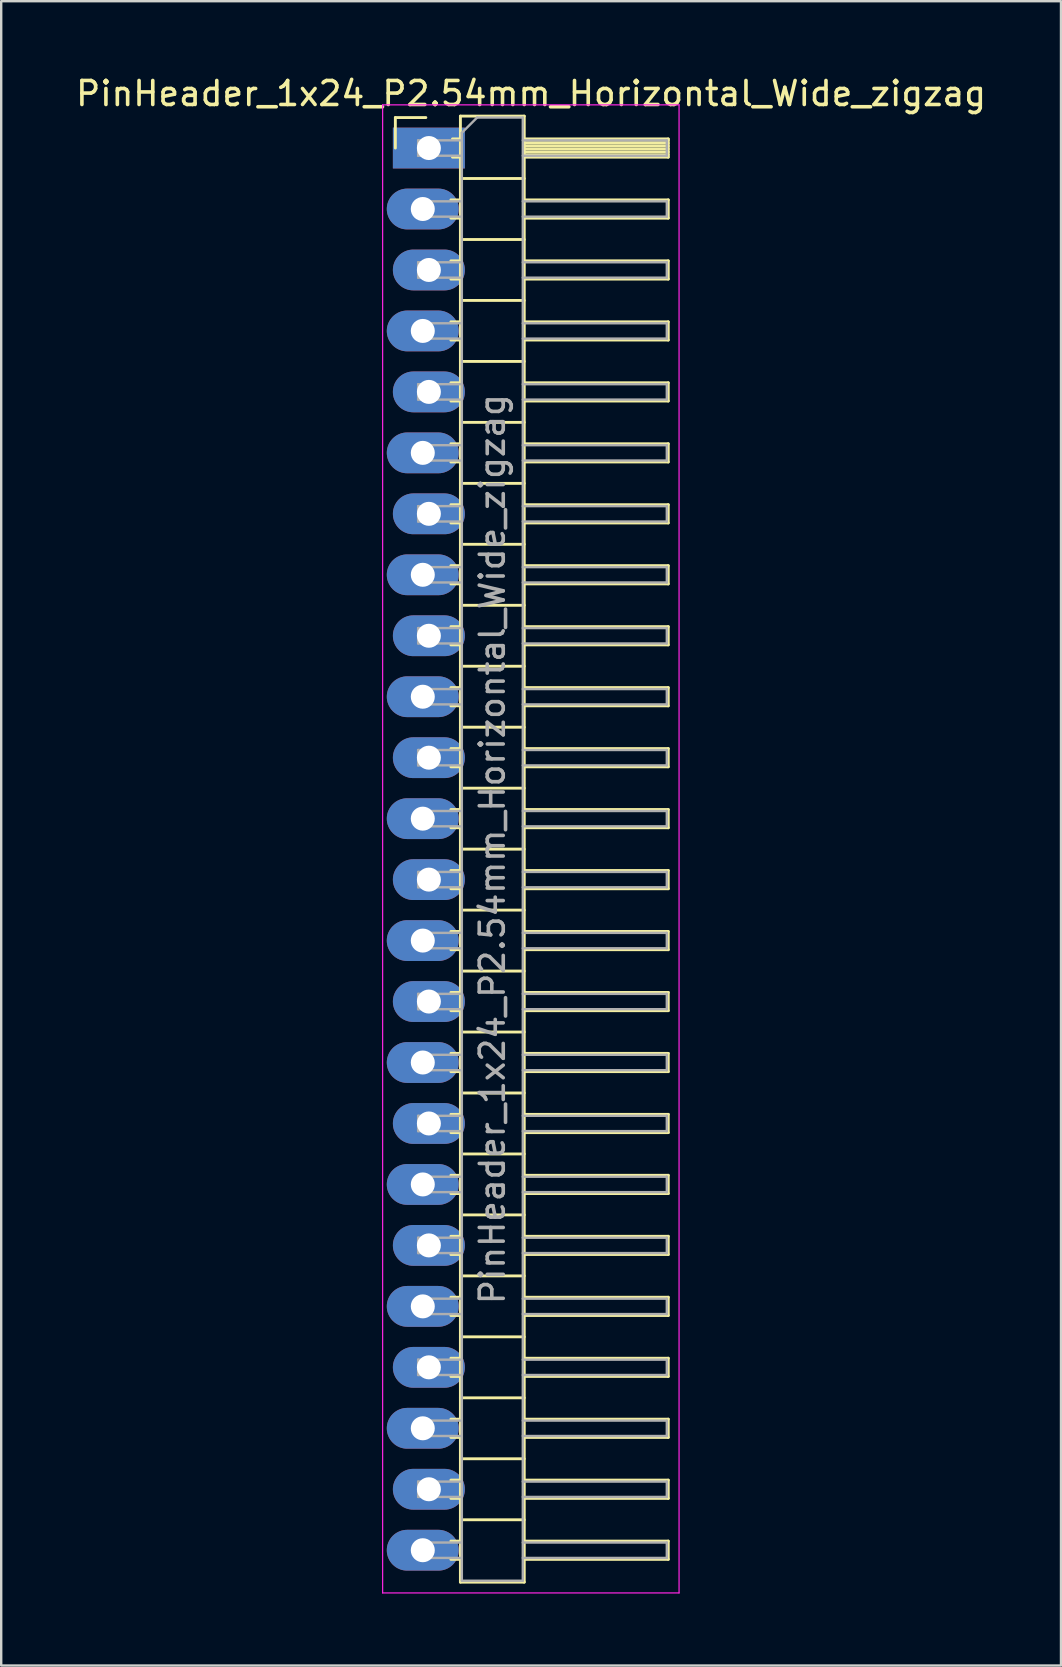
<source format=kicad_pcb>
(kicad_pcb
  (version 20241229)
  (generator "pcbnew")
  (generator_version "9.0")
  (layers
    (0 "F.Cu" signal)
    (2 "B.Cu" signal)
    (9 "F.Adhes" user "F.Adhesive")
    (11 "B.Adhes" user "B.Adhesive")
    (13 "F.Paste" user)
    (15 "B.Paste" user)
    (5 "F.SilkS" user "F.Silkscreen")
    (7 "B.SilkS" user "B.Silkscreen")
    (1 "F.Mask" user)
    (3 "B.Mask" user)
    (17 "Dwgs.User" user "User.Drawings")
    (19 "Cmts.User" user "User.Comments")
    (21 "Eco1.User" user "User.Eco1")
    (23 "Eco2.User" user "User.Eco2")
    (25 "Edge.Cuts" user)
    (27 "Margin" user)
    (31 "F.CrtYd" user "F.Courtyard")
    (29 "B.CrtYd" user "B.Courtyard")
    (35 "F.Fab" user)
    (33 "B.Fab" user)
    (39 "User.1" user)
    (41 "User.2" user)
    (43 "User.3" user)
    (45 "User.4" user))
  (footprint "PinHeader_1x24_P2.54mm_Horizontal_Wide_zigzag"
    (layer "F.Cu")
    (at 14.692 3.118)
    (property "Reference" "PinHeader_1x24_P2.54mm_Horizontal_Wide_zigzag" (at 4.385 -2.27 0) (layer "F.SilkS") (effects (font (size 1 1) (thickness 0.15))))
    (attr through_hole)
    (fp_line (start -1.27 -1.27) (end 0 -1.27) (stroke (width 0.12) (type solid)) (layer "F.SilkS"))
    (fp_line (start -1.27 0) (end -1.27 -1.27) (stroke (width 0.12) (type solid)) (layer "F.SilkS"))
    (fp_line (start 1.043 2.16) (end 1.44 2.16) (stroke (width 0.12) (type solid)) (layer "F.SilkS"))
    (fp_line (start 1.043 2.92) (end 1.44 2.92) (stroke (width 0.12) (type solid)) (layer "F.SilkS"))
    (fp_line (start 1.043 4.7) (end 1.44 4.7) (stroke (width 0.12) (type solid)) (layer "F.SilkS"))
    (fp_line (start 1.043 5.46) (end 1.44 5.46) (stroke (width 0.12) (type solid)) (layer "F.SilkS"))
    (fp_line (start 1.043 7.24) (end 1.44 7.24) (stroke (width 0.12) (type solid)) (layer "F.SilkS"))
    (fp_line (start 1.043 8) (end 1.44 8) (stroke (width 0.12) (type solid)) (layer "F.SilkS"))
    (fp_line (start 1.043 9.78) (end 1.44 9.78) (stroke (width 0.12) (type solid)) (layer "F.SilkS"))
    (fp_line (start 1.043 10.54) (end 1.44 10.54) (stroke (width 0.12) (type solid)) (layer "F.SilkS"))
    (fp_line (start 1.043 12.32) (end 1.44 12.32) (stroke (width 0.12) (type solid)) (layer "F.SilkS"))
    (fp_line (start 1.043 13.08) (end 1.44 13.08) (stroke (width 0.12) (type solid)) (layer "F.SilkS"))
    (fp_line (start 1.043 14.86) (end 1.44 14.86) (stroke (width 0.12) (type solid)) (layer "F.SilkS"))
    (fp_line (start 1.043 15.62) (end 1.44 15.62) (stroke (width 0.12) (type solid)) (layer "F.SilkS"))
    (fp_line (start 1.043 17.4) (end 1.44 17.4) (stroke (width 0.12) (type solid)) (layer "F.SilkS"))
    (fp_line (start 1.043 18.16) (end 1.44 18.16) (stroke (width 0.12) (type solid)) (layer "F.SilkS"))
    (fp_line (start 1.043 19.94) (end 1.44 19.94) (stroke (width 0.12) (type solid)) (layer "F.SilkS"))
    (fp_line (start 1.043 20.7) (end 1.44 20.7) (stroke (width 0.12) (type solid)) (layer "F.SilkS"))
    (fp_line (start 1.043 22.48) (end 1.44 22.48) (stroke (width 0.12) (type solid)) (layer "F.SilkS"))
    (fp_line (start 1.043 23.24) (end 1.44 23.24) (stroke (width 0.12) (type solid)) (layer "F.SilkS"))
    (fp_line (start 1.043 25.02) (end 1.44 25.02) (stroke (width 0.12) (type solid)) (layer "F.SilkS"))
    (fp_line (start 1.043 25.78) (end 1.44 25.78) (stroke (width 0.12) (type solid)) (layer "F.SilkS"))
    (fp_line (start 1.043 27.56) (end 1.44 27.56) (stroke (width 0.12) (type solid)) (layer "F.SilkS"))
    (fp_line (start 1.043 28.32) (end 1.44 28.32) (stroke (width 0.12) (type solid)) (layer "F.SilkS"))
    (fp_line (start 1.043 30.1) (end 1.44 30.1) (stroke (width 0.12) (type solid)) (layer "F.SilkS"))
    (fp_line (start 1.043 30.86) (end 1.44 30.86) (stroke (width 0.12) (type solid)) (layer "F.SilkS"))
    (fp_line (start 1.043 32.64) (end 1.44 32.64) (stroke (width 0.12) (type solid)) (layer "F.SilkS"))
    (fp_line (start 1.043 33.4) (end 1.44 33.4) (stroke (width 0.12) (type solid)) (layer "F.SilkS"))
    (fp_line (start 1.043 35.18) (end 1.44 35.18) (stroke (width 0.12) (type solid)) (layer "F.SilkS"))
    (fp_line (start 1.043 35.94) (end 1.44 35.94) (stroke (width 0.12) (type solid)) (layer "F.SilkS"))
    (fp_line (start 1.043 37.72) (end 1.44 37.72) (stroke (width 0.12) (type solid)) (layer "F.SilkS"))
    (fp_line (start 1.043 38.48) (end 1.44 38.48) (stroke (width 0.12) (type solid)) (layer "F.SilkS"))
    (fp_line (start 1.043 40.26) (end 1.44 40.26) (stroke (width 0.12) (type solid)) (layer "F.SilkS"))
    (fp_line (start 1.043 41.02) (end 1.44 41.02) (stroke (width 0.12) (type solid)) (layer "F.SilkS"))
    (fp_line (start 1.043 42.8) (end 1.44 42.8) (stroke (width 0.12) (type solid)) (layer "F.SilkS"))
    (fp_line (start 1.043 43.56) (end 1.44 43.56) (stroke (width 0.12) (type solid)) (layer "F.SilkS"))
    (fp_line (start 1.043 45.34) (end 1.44 45.34) (stroke (width 0.12) (type solid)) (layer "F.SilkS"))
    (fp_line (start 1.043 46.1) (end 1.44 46.1) (stroke (width 0.12) (type solid)) (layer "F.SilkS"))
    (fp_line (start 1.043 47.88) (end 1.44 47.88) (stroke (width 0.12) (type solid)) (layer "F.SilkS"))
    (fp_line (start 1.043 48.64) (end 1.44 48.64) (stroke (width 0.12) (type solid)) (layer "F.SilkS"))
    (fp_line (start 1.043 50.42) (end 1.44 50.42) (stroke (width 0.12) (type solid)) (layer "F.SilkS"))
    (fp_line (start 1.043 51.18) (end 1.44 51.18) (stroke (width 0.12) (type solid)) (layer "F.SilkS"))
    (fp_line (start 1.043 52.96) (end 1.44 52.96) (stroke (width 0.12) (type solid)) (layer "F.SilkS"))
    (fp_line (start 1.043 53.72) (end 1.44 53.72) (stroke (width 0.12) (type solid)) (layer "F.SilkS"))
    (fp_line (start 1.043 55.5) (end 1.44 55.5) (stroke (width 0.12) (type solid)) (layer "F.SilkS"))
    (fp_line (start 1.043 56.26) (end 1.44 56.26) (stroke (width 0.12) (type solid)) (layer "F.SilkS"))
    (fp_line (start 1.043 58.04) (end 1.44 58.04) (stroke (width 0.12) (type solid)) (layer "F.SilkS"))
    (fp_line (start 1.043 58.8) (end 1.44 58.8) (stroke (width 0.12) (type solid)) (layer "F.SilkS"))
    (fp_line (start 1.11 -0.38) (end 1.44 -0.38) (stroke (width 0.12) (type solid)) (layer "F.SilkS"))
    (fp_line (start 1.11 0.38) (end 1.44 0.38) (stroke (width 0.12) (type solid)) (layer "F.SilkS"))
    (fp_line (start 1.44 -1.33) (end 1.44 59.75) (stroke (width 0.12) (type solid)) (layer "F.SilkS"))
    (fp_line (start 1.44 1.27) (end 4.1 1.27) (stroke (width 0.12) (type solid)) (layer "F.SilkS"))
    (fp_line (start 1.44 3.81) (end 4.1 3.81) (stroke (width 0.12) (type solid)) (layer "F.SilkS"))
    (fp_line (start 1.44 6.35) (end 4.1 6.35) (stroke (width 0.12) (type solid)) (layer "F.SilkS"))
    (fp_line (start 1.44 8.89) (end 4.1 8.89) (stroke (width 0.12) (type solid)) (layer "F.SilkS"))
    (fp_line (start 1.44 11.43) (end 4.1 11.43) (stroke (width 0.12) (type solid)) (layer "F.SilkS"))
    (fp_line (start 1.44 13.97) (end 4.1 13.97) (stroke (width 0.12) (type solid)) (layer "F.SilkS"))
    (fp_line (start 1.44 16.51) (end 4.1 16.51) (stroke (width 0.12) (type solid)) (layer "F.SilkS"))
    (fp_line (start 1.44 19.05) (end 4.1 19.05) (stroke (width 0.12) (type solid)) (layer "F.SilkS"))
    (fp_line (start 1.44 21.59) (end 4.1 21.59) (stroke (width 0.12) (type solid)) (layer "F.SilkS"))
    (fp_line (start 1.44 24.13) (end 4.1 24.13) (stroke (width 0.12) (type solid)) (layer "F.SilkS"))
    (fp_line (start 1.44 26.67) (end 4.1 26.67) (stroke (width 0.12) (type solid)) (layer "F.SilkS"))
    (fp_line (start 1.44 29.21) (end 4.1 29.21) (stroke (width 0.12) (type solid)) (layer "F.SilkS"))
    (fp_line (start 1.44 31.75) (end 4.1 31.75) (stroke (width 0.12) (type solid)) (layer "F.SilkS"))
    (fp_line (start 1.44 34.29) (end 4.1 34.29) (stroke (width 0.12) (type solid)) (layer "F.SilkS"))
    (fp_line (start 1.44 36.83) (end 4.1 36.83) (stroke (width 0.12) (type solid)) (layer "F.SilkS"))
    (fp_line (start 1.44 39.37) (end 4.1 39.37) (stroke (width 0.12) (type solid)) (layer "F.SilkS"))
    (fp_line (start 1.44 41.91) (end 4.1 41.91) (stroke (width 0.12) (type solid)) (layer "F.SilkS"))
    (fp_line (start 1.44 44.45) (end 4.1 44.45) (stroke (width 0.12) (type solid)) (layer "F.SilkS"))
    (fp_line (start 1.44 46.99) (end 4.1 46.99) (stroke (width 0.12) (type solid)) (layer "F.SilkS"))
    (fp_line (start 1.44 49.53) (end 4.1 49.53) (stroke (width 0.12) (type solid)) (layer "F.SilkS"))
    (fp_line (start 1.44 52.07) (end 4.1 52.07) (stroke (width 0.12) (type solid)) (layer "F.SilkS"))
    (fp_line (start 1.44 54.61) (end 4.1 54.61) (stroke (width 0.12) (type solid)) (layer "F.SilkS"))
    (fp_line (start 1.44 57.15) (end 4.1 57.15) (stroke (width 0.12) (type solid)) (layer "F.SilkS"))
    (fp_line (start 1.44 59.75) (end 4.1 59.75) (stroke (width 0.12) (type solid)) (layer "F.SilkS"))
    (fp_line (start 4.1 -1.33) (end 1.44 -1.33) (stroke (width 0.12) (type solid)) (layer "F.SilkS"))
    (fp_line (start 4.1 -0.38) (end 10.1 -0.38) (stroke (width 0.12) (type solid)) (layer "F.SilkS"))
    (fp_line (start 4.1 -0.32) (end 10.1 -0.32) (stroke (width 0.12) (type solid)) (layer "F.SilkS"))
    (fp_line (start 4.1 -0.2) (end 10.1 -0.2) (stroke (width 0.12) (type solid)) (layer "F.SilkS"))
    (fp_line (start 4.1 -0.08) (end 10.1 -0.08) (stroke (width 0.12) (type solid)) (layer "F.SilkS"))
    (fp_line (start 4.1 0.04) (end 10.1 0.04) (stroke (width 0.12) (type solid)) (layer "F.SilkS"))
    (fp_line (start 4.1 0.16) (end 10.1 0.16) (stroke (width 0.12) (type solid)) (layer "F.SilkS"))
    (fp_line (start 4.1 0.28) (end 10.1 0.28) (stroke (width 0.12) (type solid)) (layer "F.SilkS"))
    (fp_line (start 4.1 2.16) (end 10.1 2.16) (stroke (width 0.12) (type solid)) (layer "F.SilkS"))
    (fp_line (start 4.1 4.7) (end 10.1 4.7) (stroke (width 0.12) (type solid)) (layer "F.SilkS"))
    (fp_line (start 4.1 7.24) (end 10.1 7.24) (stroke (width 0.12) (type solid)) (layer "F.SilkS"))
    (fp_line (start 4.1 9.78) (end 10.1 9.78) (stroke (width 0.12) (type solid)) (layer "F.SilkS"))
    (fp_line (start 4.1 12.32) (end 10.1 12.32) (stroke (width 0.12) (type solid)) (layer "F.SilkS"))
    (fp_line (start 4.1 14.86) (end 10.1 14.86) (stroke (width 0.12) (type solid)) (layer "F.SilkS"))
    (fp_line (start 4.1 17.4) (end 10.1 17.4) (stroke (width 0.12) (type solid)) (layer "F.SilkS"))
    (fp_line (start 4.1 19.94) (end 10.1 19.94) (stroke (width 0.12) (type solid)) (layer "F.SilkS"))
    (fp_line (start 4.1 22.48) (end 10.1 22.48) (stroke (width 0.12) (type solid)) (layer "F.SilkS"))
    (fp_line (start 4.1 25.02) (end 10.1 25.02) (stroke (width 0.12) (type solid)) (layer "F.SilkS"))
    (fp_line (start 4.1 27.56) (end 10.1 27.56) (stroke (width 0.12) (type solid)) (layer "F.SilkS"))
    (fp_line (start 4.1 30.1) (end 10.1 30.1) (stroke (width 0.12) (type solid)) (layer "F.SilkS"))
    (fp_line (start 4.1 32.64) (end 10.1 32.64) (stroke (width 0.12) (type solid)) (layer "F.SilkS"))
    (fp_line (start 4.1 35.18) (end 10.1 35.18) (stroke (width 0.12) (type solid)) (layer "F.SilkS"))
    (fp_line (start 4.1 37.72) (end 10.1 37.72) (stroke (width 0.12) (type solid)) (layer "F.SilkS"))
    (fp_line (start 4.1 40.26) (end 10.1 40.26) (stroke (width 0.12) (type solid)) (layer "F.SilkS"))
    (fp_line (start 4.1 42.8) (end 10.1 42.8) (stroke (width 0.12) (type solid)) (layer "F.SilkS"))
    (fp_line (start 4.1 45.34) (end 10.1 45.34) (stroke (width 0.12) (type solid)) (layer "F.SilkS"))
    (fp_line (start 4.1 47.88) (end 10.1 47.88) (stroke (width 0.12) (type solid)) (layer "F.SilkS"))
    (fp_line (start 4.1 50.42) (end 10.1 50.42) (stroke (width 0.12) (type solid)) (layer "F.SilkS"))
    (fp_line (start 4.1 52.96) (end 10.1 52.96) (stroke (width 0.12) (type solid)) (layer "F.SilkS"))
    (fp_line (start 4.1 55.5) (end 10.1 55.5) (stroke (width 0.12) (type solid)) (layer "F.SilkS"))
    (fp_line (start 4.1 58.04) (end 10.1 58.04) (stroke (width 0.12) (type solid)) (layer "F.SilkS"))
    (fp_line (start 4.1 59.75) (end 4.1 -1.33) (stroke (width 0.12) (type solid)) (layer "F.SilkS"))
    (fp_line (start 10.1 -0.38) (end 10.1 0.38) (stroke (width 0.12) (type solid)) (layer "F.SilkS"))
    (fp_line (start 10.1 0.38) (end 4.1 0.38) (stroke (width 0.12) (type solid)) (layer "F.SilkS"))
    (fp_line (start 10.1 2.16) (end 10.1 2.92) (stroke (width 0.12) (type solid)) (layer "F.SilkS"))
    (fp_line (start 10.1 2.92) (end 4.1 2.92) (stroke (width 0.12) (type solid)) (layer "F.SilkS"))
    (fp_line (start 10.1 4.7) (end 10.1 5.46) (stroke (width 0.12) (type solid)) (layer "F.SilkS"))
    (fp_line (start 10.1 5.46) (end 4.1 5.46) (stroke (width 0.12) (type solid)) (layer "F.SilkS"))
    (fp_line (start 10.1 7.24) (end 10.1 8) (stroke (width 0.12) (type solid)) (layer "F.SilkS"))
    (fp_line (start 10.1 8) (end 4.1 8) (stroke (width 0.12) (type solid)) (layer "F.SilkS"))
    (fp_line (start 10.1 9.78) (end 10.1 10.54) (stroke (width 0.12) (type solid)) (layer "F.SilkS"))
    (fp_line (start 10.1 10.54) (end 4.1 10.54) (stroke (width 0.12) (type solid)) (layer "F.SilkS"))
    (fp_line (start 10.1 12.32) (end 10.1 13.08) (stroke (width 0.12) (type solid)) (layer "F.SilkS"))
    (fp_line (start 10.1 13.08) (end 4.1 13.08) (stroke (width 0.12) (type solid)) (layer "F.SilkS"))
    (fp_line (start 10.1 14.86) (end 10.1 15.62) (stroke (width 0.12) (type solid)) (layer "F.SilkS"))
    (fp_line (start 10.1 15.62) (end 4.1 15.62) (stroke (width 0.12) (type solid)) (layer "F.SilkS"))
    (fp_line (start 10.1 17.4) (end 10.1 18.16) (stroke (width 0.12) (type solid)) (layer "F.SilkS"))
    (fp_line (start 10.1 18.16) (end 4.1 18.16) (stroke (width 0.12) (type solid)) (layer "F.SilkS"))
    (fp_line (start 10.1 19.94) (end 10.1 20.7) (stroke (width 0.12) (type solid)) (layer "F.SilkS"))
    (fp_line (start 10.1 20.7) (end 4.1 20.7) (stroke (width 0.12) (type solid)) (layer "F.SilkS"))
    (fp_line (start 10.1 22.48) (end 10.1 23.24) (stroke (width 0.12) (type solid)) (layer "F.SilkS"))
    (fp_line (start 10.1 23.24) (end 4.1 23.24) (stroke (width 0.12) (type solid)) (layer "F.SilkS"))
    (fp_line (start 10.1 25.02) (end 10.1 25.78) (stroke (width 0.12) (type solid)) (layer "F.SilkS"))
    (fp_line (start 10.1 25.78) (end 4.1 25.78) (stroke (width 0.12) (type solid)) (layer "F.SilkS"))
    (fp_line (start 10.1 27.56) (end 10.1 28.32) (stroke (width 0.12) (type solid)) (layer "F.SilkS"))
    (fp_line (start 10.1 28.32) (end 4.1 28.32) (stroke (width 0.12) (type solid)) (layer "F.SilkS"))
    (fp_line (start 10.1 30.1) (end 10.1 30.86) (stroke (width 0.12) (type solid)) (layer "F.SilkS"))
    (fp_line (start 10.1 30.86) (end 4.1 30.86) (stroke (width 0.12) (type solid)) (layer "F.SilkS"))
    (fp_line (start 10.1 32.64) (end 10.1 33.4) (stroke (width 0.12) (type solid)) (layer "F.SilkS"))
    (fp_line (start 10.1 33.4) (end 4.1 33.4) (stroke (width 0.12) (type solid)) (layer "F.SilkS"))
    (fp_line (start 10.1 35.18) (end 10.1 35.94) (stroke (width 0.12) (type solid)) (layer "F.SilkS"))
    (fp_line (start 10.1 35.94) (end 4.1 35.94) (stroke (width 0.12) (type solid)) (layer "F.SilkS"))
    (fp_line (start 10.1 37.72) (end 10.1 38.48) (stroke (width 0.12) (type solid)) (layer "F.SilkS"))
    (fp_line (start 10.1 38.48) (end 4.1 38.48) (stroke (width 0.12) (type solid)) (layer "F.SilkS"))
    (fp_line (start 10.1 40.26) (end 10.1 41.02) (stroke (width 0.12) (type solid)) (layer "F.SilkS"))
    (fp_line (start 10.1 41.02) (end 4.1 41.02) (stroke (width 0.12) (type solid)) (layer "F.SilkS"))
    (fp_line (start 10.1 42.8) (end 10.1 43.56) (stroke (width 0.12) (type solid)) (layer "F.SilkS"))
    (fp_line (start 10.1 43.56) (end 4.1 43.56) (stroke (width 0.12) (type solid)) (layer "F.SilkS"))
    (fp_line (start 10.1 45.34) (end 10.1 46.1) (stroke (width 0.12) (type solid)) (layer "F.SilkS"))
    (fp_line (start 10.1 46.1) (end 4.1 46.1) (stroke (width 0.12) (type solid)) (layer "F.SilkS"))
    (fp_line (start 10.1 47.88) (end 10.1 48.64) (stroke (width 0.12) (type solid)) (layer "F.SilkS"))
    (fp_line (start 10.1 48.64) (end 4.1 48.64) (stroke (width 0.12) (type solid)) (layer "F.SilkS"))
    (fp_line (start 10.1 50.42) (end 10.1 51.18) (stroke (width 0.12) (type solid)) (layer "F.SilkS"))
    (fp_line (start 10.1 51.18) (end 4.1 51.18) (stroke (width 0.12) (type solid)) (layer "F.SilkS"))
    (fp_line (start 10.1 52.96) (end 10.1 53.72) (stroke (width 0.12) (type solid)) (layer "F.SilkS"))
    (fp_line (start 10.1 53.72) (end 4.1 53.72) (stroke (width 0.12) (type solid)) (layer "F.SilkS"))
    (fp_line (start 10.1 55.5) (end 10.1 56.26) (stroke (width 0.12) (type solid)) (layer "F.SilkS"))
    (fp_line (start 10.1 56.26) (end 4.1 56.26) (stroke (width 0.12) (type solid)) (layer "F.SilkS"))
    (fp_line (start 10.1 58.04) (end 10.1 58.8) (stroke (width 0.12) (type solid)) (layer "F.SilkS"))
    (fp_line (start 10.1 58.8) (end 4.1 58.8) (stroke (width 0.12) (type solid)) (layer "F.SilkS"))
    (fp_line (start -1.8 -1.8) (end -1.8 60.2) (stroke (width 0.05) (type solid)) (layer "F.CrtYd"))
    (fp_line (start -1.8 60.2) (end 10.55 60.2) (stroke (width 0.05) (type solid)) (layer "F.CrtYd"))
    (fp_line (start 10.55 -1.8) (end -1.8 -1.8) (stroke (width 0.05) (type solid)) (layer "F.CrtYd"))
    (fp_line (start 10.55 60.2) (end 10.55 -1.8) (stroke (width 0.05) (type solid)) (layer "F.CrtYd"))
    (fp_line (start -0.32 -0.32) (end -0.32 0.32) (stroke (width 0.1) (type solid)) (layer "F.Fab"))
    (fp_line (start -0.32 -0.32) (end 1.5 -0.32) (stroke (width 0.1) (type solid)) (layer "F.Fab"))
    (fp_line (start -0.32 0.32) (end 1.5 0.32) (stroke (width 0.1) (type solid)) (layer "F.Fab"))
    (fp_line (start -0.32 2.22) (end -0.32 2.86) (stroke (width 0.1) (type solid)) (layer "F.Fab"))
    (fp_line (start -0.32 2.22) (end 1.5 2.22) (stroke (width 0.1) (type solid)) (layer "F.Fab"))
    (fp_line (start -0.32 2.86) (end 1.5 2.86) (stroke (width 0.1) (type solid)) (layer "F.Fab"))
    (fp_line (start -0.32 4.76) (end -0.32 5.4) (stroke (width 0.1) (type solid)) (layer "F.Fab"))
    (fp_line (start -0.32 4.76) (end 1.5 4.76) (stroke (width 0.1) (type solid)) (layer "F.Fab"))
    (fp_line (start -0.32 5.4) (end 1.5 5.4) (stroke (width 0.1) (type solid)) (layer "F.Fab"))
    (fp_line (start -0.32 7.3) (end -0.32 7.94) (stroke (width 0.1) (type solid)) (layer "F.Fab"))
    (fp_line (start -0.32 7.3) (end 1.5 7.3) (stroke (width 0.1) (type solid)) (layer "F.Fab"))
    (fp_line (start -0.32 7.94) (end 1.5 7.94) (stroke (width 0.1) (type solid)) (layer "F.Fab"))
    (fp_line (start -0.32 9.84) (end -0.32 10.48) (stroke (width 0.1) (type solid)) (layer "F.Fab"))
    (fp_line (start -0.32 9.84) (end 1.5 9.84) (stroke (width 0.1) (type solid)) (layer "F.Fab"))
    (fp_line (start -0.32 10.48) (end 1.5 10.48) (stroke (width 0.1) (type solid)) (layer "F.Fab"))
    (fp_line (start -0.32 12.38) (end -0.32 13.02) (stroke (width 0.1) (type solid)) (layer "F.Fab"))
    (fp_line (start -0.32 12.38) (end 1.5 12.38) (stroke (width 0.1) (type solid)) (layer "F.Fab"))
    (fp_line (start -0.32 13.02) (end 1.5 13.02) (stroke (width 0.1) (type solid)) (layer "F.Fab"))
    (fp_line (start -0.32 14.92) (end -0.32 15.56) (stroke (width 0.1) (type solid)) (layer "F.Fab"))
    (fp_line (start -0.32 14.92) (end 1.5 14.92) (stroke (width 0.1) (type solid)) (layer "F.Fab"))
    (fp_line (start -0.32 15.56) (end 1.5 15.56) (stroke (width 0.1) (type solid)) (layer "F.Fab"))
    (fp_line (start -0.32 17.46) (end -0.32 18.1) (stroke (width 0.1) (type solid)) (layer "F.Fab"))
    (fp_line (start -0.32 17.46) (end 1.5 17.46) (stroke (width 0.1) (type solid)) (layer "F.Fab"))
    (fp_line (start -0.32 18.1) (end 1.5 18.1) (stroke (width 0.1) (type solid)) (layer "F.Fab"))
    (fp_line (start -0.32 20) (end -0.32 20.64) (stroke (width 0.1) (type solid)) (layer "F.Fab"))
    (fp_line (start -0.32 20) (end 1.5 20) (stroke (width 0.1) (type solid)) (layer "F.Fab"))
    (fp_line (start -0.32 20.64) (end 1.5 20.64) (stroke (width 0.1) (type solid)) (layer "F.Fab"))
    (fp_line (start -0.32 22.54) (end -0.32 23.18) (stroke (width 0.1) (type solid)) (layer "F.Fab"))
    (fp_line (start -0.32 22.54) (end 1.5 22.54) (stroke (width 0.1) (type solid)) (layer "F.Fab"))
    (fp_line (start -0.32 23.18) (end 1.5 23.18) (stroke (width 0.1) (type solid)) (layer "F.Fab"))
    (fp_line (start -0.32 25.08) (end -0.32 25.72) (stroke (width 0.1) (type solid)) (layer "F.Fab"))
    (fp_line (start -0.32 25.08) (end 1.5 25.08) (stroke (width 0.1) (type solid)) (layer "F.Fab"))
    (fp_line (start -0.32 25.72) (end 1.5 25.72) (stroke (width 0.1) (type solid)) (layer "F.Fab"))
    (fp_line (start -0.32 27.62) (end -0.32 28.26) (stroke (width 0.1) (type solid)) (layer "F.Fab"))
    (fp_line (start -0.32 27.62) (end 1.5 27.62) (stroke (width 0.1) (type solid)) (layer "F.Fab"))
    (fp_line (start -0.32 28.26) (end 1.5 28.26) (stroke (width 0.1) (type solid)) (layer "F.Fab"))
    (fp_line (start -0.32 30.16) (end -0.32 30.8) (stroke (width 0.1) (type solid)) (layer "F.Fab"))
    (fp_line (start -0.32 30.16) (end 1.5 30.16) (stroke (width 0.1) (type solid)) (layer "F.Fab"))
    (fp_line (start -0.32 30.8) (end 1.5 30.8) (stroke (width 0.1) (type solid)) (layer "F.Fab"))
    (fp_line (start -0.32 32.7) (end -0.32 33.34) (stroke (width 0.1) (type solid)) (layer "F.Fab"))
    (fp_line (start -0.32 32.7) (end 1.5 32.7) (stroke (width 0.1) (type solid)) (layer "F.Fab"))
    (fp_line (start -0.32 33.34) (end 1.5 33.34) (stroke (width 0.1) (type solid)) (layer "F.Fab"))
    (fp_line (start -0.32 35.24) (end -0.32 35.88) (stroke (width 0.1) (type solid)) (layer "F.Fab"))
    (fp_line (start -0.32 35.24) (end 1.5 35.24) (stroke (width 0.1) (type solid)) (layer "F.Fab"))
    (fp_line (start -0.32 35.88) (end 1.5 35.88) (stroke (width 0.1) (type solid)) (layer "F.Fab"))
    (fp_line (start -0.32 37.78) (end -0.32 38.42) (stroke (width 0.1) (type solid)) (layer "F.Fab"))
    (fp_line (start -0.32 37.78) (end 1.5 37.78) (stroke (width 0.1) (type solid)) (layer "F.Fab"))
    (fp_line (start -0.32 38.42) (end 1.5 38.42) (stroke (width 0.1) (type solid)) (layer "F.Fab"))
    (fp_line (start -0.32 40.32) (end -0.32 40.96) (stroke (width 0.1) (type solid)) (layer "F.Fab"))
    (fp_line (start -0.32 40.32) (end 1.5 40.32) (stroke (width 0.1) (type solid)) (layer "F.Fab"))
    (fp_line (start -0.32 40.96) (end 1.5 40.96) (stroke (width 0.1) (type solid)) (layer "F.Fab"))
    (fp_line (start -0.32 42.86) (end -0.32 43.5) (stroke (width 0.1) (type solid)) (layer "F.Fab"))
    (fp_line (start -0.32 42.86) (end 1.5 42.86) (stroke (width 0.1) (type solid)) (layer "F.Fab"))
    (fp_line (start -0.32 43.5) (end 1.5 43.5) (stroke (width 0.1) (type solid)) (layer "F.Fab"))
    (fp_line (start -0.32 45.4) (end -0.32 46.04) (stroke (width 0.1) (type solid)) (layer "F.Fab"))
    (fp_line (start -0.32 45.4) (end 1.5 45.4) (stroke (width 0.1) (type solid)) (layer "F.Fab"))
    (fp_line (start -0.32 46.04) (end 1.5 46.04) (stroke (width 0.1) (type solid)) (layer "F.Fab"))
    (fp_line (start -0.32 47.94) (end -0.32 48.58) (stroke (width 0.1) (type solid)) (layer "F.Fab"))
    (fp_line (start -0.32 47.94) (end 1.5 47.94) (stroke (width 0.1) (type solid)) (layer "F.Fab"))
    (fp_line (start -0.32 48.58) (end 1.5 48.58) (stroke (width 0.1) (type solid)) (layer "F.Fab"))
    (fp_line (start -0.32 50.48) (end -0.32 51.12) (stroke (width 0.1) (type solid)) (layer "F.Fab"))
    (fp_line (start -0.32 50.48) (end 1.5 50.48) (stroke (width 0.1) (type solid)) (layer "F.Fab"))
    (fp_line (start -0.32 51.12) (end 1.5 51.12) (stroke (width 0.1) (type solid)) (layer "F.Fab"))
    (fp_line (start -0.32 53.02) (end -0.32 53.66) (stroke (width 0.1) (type solid)) (layer "F.Fab"))
    (fp_line (start -0.32 53.02) (end 1.5 53.02) (stroke (width 0.1) (type solid)) (layer "F.Fab"))
    (fp_line (start -0.32 53.66) (end 1.5 53.66) (stroke (width 0.1) (type solid)) (layer "F.Fab"))
    (fp_line (start -0.32 55.56) (end -0.32 56.2) (stroke (width 0.1) (type solid)) (layer "F.Fab"))
    (fp_line (start -0.32 55.56) (end 1.5 55.56) (stroke (width 0.1) (type solid)) (layer "F.Fab"))
    (fp_line (start -0.32 56.2) (end 1.5 56.2) (stroke (width 0.1) (type solid)) (layer "F.Fab"))
    (fp_line (start -0.32 58.1) (end -0.32 58.74) (stroke (width 0.1) (type solid)) (layer "F.Fab"))
    (fp_line (start -0.32 58.1) (end 1.5 58.1) (stroke (width 0.1) (type solid)) (layer "F.Fab"))
    (fp_line (start -0.32 58.74) (end 1.5 58.74) (stroke (width 0.1) (type solid)) (layer "F.Fab"))
    (fp_line (start 1.5 -0.635) (end 2.135 -1.27) (stroke (width 0.1) (type solid)) (layer "F.Fab"))
    (fp_line (start 1.5 59.69) (end 1.5 -0.635) (stroke (width 0.1) (type solid)) (layer "F.Fab"))
    (fp_line (start 2.135 -1.27) (end 4.04 -1.27) (stroke (width 0.1) (type solid)) (layer "F.Fab"))
    (fp_line (start 4.04 -1.27) (end 4.04 59.69) (stroke (width 0.1) (type solid)) (layer "F.Fab"))
    (fp_line (start 4.04 -0.32) (end 10.04 -0.32) (stroke (width 0.1) (type solid)) (layer "F.Fab"))
    (fp_line (start 4.04 0.32) (end 10.04 0.32) (stroke (width 0.1) (type solid)) (layer "F.Fab"))
    (fp_line (start 4.04 2.22) (end 10.04 2.22) (stroke (width 0.1) (type solid)) (layer "F.Fab"))
    (fp_line (start 4.04 2.86) (end 10.04 2.86) (stroke (width 0.1) (type solid)) (layer "F.Fab"))
    (fp_line (start 4.04 4.76) (end 10.04 4.76) (stroke (width 0.1) (type solid)) (layer "F.Fab"))
    (fp_line (start 4.04 5.4) (end 10.04 5.4) (stroke (width 0.1) (type solid)) (layer "F.Fab"))
    (fp_line (start 4.04 7.3) (end 10.04 7.3) (stroke (width 0.1) (type solid)) (layer "F.Fab"))
    (fp_line (start 4.04 7.94) (end 10.04 7.94) (stroke (width 0.1) (type solid)) (layer "F.Fab"))
    (fp_line (start 4.04 9.84) (end 10.04 9.84) (stroke (width 0.1) (type solid)) (layer "F.Fab"))
    (fp_line (start 4.04 10.48) (end 10.04 10.48) (stroke (width 0.1) (type solid)) (layer "F.Fab"))
    (fp_line (start 4.04 12.38) (end 10.04 12.38) (stroke (width 0.1) (type solid)) (layer "F.Fab"))
    (fp_line (start 4.04 13.02) (end 10.04 13.02) (stroke (width 0.1) (type solid)) (layer "F.Fab"))
    (fp_line (start 4.04 14.92) (end 10.04 14.92) (stroke (width 0.1) (type solid)) (layer "F.Fab"))
    (fp_line (start 4.04 15.56) (end 10.04 15.56) (stroke (width 0.1) (type solid)) (layer "F.Fab"))
    (fp_line (start 4.04 17.46) (end 10.04 17.46) (stroke (width 0.1) (type solid)) (layer "F.Fab"))
    (fp_line (start 4.04 18.1) (end 10.04 18.1) (stroke (width 0.1) (type solid)) (layer "F.Fab"))
    (fp_line (start 4.04 20) (end 10.04 20) (stroke (width 0.1) (type solid)) (layer "F.Fab"))
    (fp_line (start 4.04 20.64) (end 10.04 20.64) (stroke (width 0.1) (type solid)) (layer "F.Fab"))
    (fp_line (start 4.04 22.54) (end 10.04 22.54) (stroke (width 0.1) (type solid)) (layer "F.Fab"))
    (fp_line (start 4.04 23.18) (end 10.04 23.18) (stroke (width 0.1) (type solid)) (layer "F.Fab"))
    (fp_line (start 4.04 25.08) (end 10.04 25.08) (stroke (width 0.1) (type solid)) (layer "F.Fab"))
    (fp_line (start 4.04 25.72) (end 10.04 25.72) (stroke (width 0.1) (type solid)) (layer "F.Fab"))
    (fp_line (start 4.04 27.62) (end 10.04 27.62) (stroke (width 0.1) (type solid)) (layer "F.Fab"))
    (fp_line (start 4.04 28.26) (end 10.04 28.26) (stroke (width 0.1) (type solid)) (layer "F.Fab"))
    (fp_line (start 4.04 30.16) (end 10.04 30.16) (stroke (width 0.1) (type solid)) (layer "F.Fab"))
    (fp_line (start 4.04 30.8) (end 10.04 30.8) (stroke (width 0.1) (type solid)) (layer "F.Fab"))
    (fp_line (start 4.04 32.7) (end 10.04 32.7) (stroke (width 0.1) (type solid)) (layer "F.Fab"))
    (fp_line (start 4.04 33.34) (end 10.04 33.34) (stroke (width 0.1) (type solid)) (layer "F.Fab"))
    (fp_line (start 4.04 35.24) (end 10.04 35.24) (stroke (width 0.1) (type solid)) (layer "F.Fab"))
    (fp_line (start 4.04 35.88) (end 10.04 35.88) (stroke (width 0.1) (type solid)) (layer "F.Fab"))
    (fp_line (start 4.04 37.78) (end 10.04 37.78) (stroke (width 0.1) (type solid)) (layer "F.Fab"))
    (fp_line (start 4.04 38.42) (end 10.04 38.42) (stroke (width 0.1) (type solid)) (layer "F.Fab"))
    (fp_line (start 4.04 40.32) (end 10.04 40.32) (stroke (width 0.1) (type solid)) (layer "F.Fab"))
    (fp_line (start 4.04 40.96) (end 10.04 40.96) (stroke (width 0.1) (type solid)) (layer "F.Fab"))
    (fp_line (start 4.04 42.86) (end 10.04 42.86) (stroke (width 0.1) (type solid)) (layer "F.Fab"))
    (fp_line (start 4.04 43.5) (end 10.04 43.5) (stroke (width 0.1) (type solid)) (layer "F.Fab"))
    (fp_line (start 4.04 45.4) (end 10.04 45.4) (stroke (width 0.1) (type solid)) (layer "F.Fab"))
    (fp_line (start 4.04 46.04) (end 10.04 46.04) (stroke (width 0.1) (type solid)) (layer "F.Fab"))
    (fp_line (start 4.04 47.94) (end 10.04 47.94) (stroke (width 0.1) (type solid)) (layer "F.Fab"))
    (fp_line (start 4.04 48.58) (end 10.04 48.58) (stroke (width 0.1) (type solid)) (layer "F.Fab"))
    (fp_line (start 4.04 50.48) (end 10.04 50.48) (stroke (width 0.1) (type solid)) (layer "F.Fab"))
    (fp_line (start 4.04 51.12) (end 10.04 51.12) (stroke (width 0.1) (type solid)) (layer "F.Fab"))
    (fp_line (start 4.04 53.02) (end 10.04 53.02) (stroke (width 0.1) (type solid)) (layer "F.Fab"))
    (fp_line (start 4.04 53.66) (end 10.04 53.66) (stroke (width 0.1) (type solid)) (layer "F.Fab"))
    (fp_line (start 4.04 55.56) (end 10.04 55.56) (stroke (width 0.1) (type solid)) (layer "F.Fab"))
    (fp_line (start 4.04 56.2) (end 10.04 56.2) (stroke (width 0.1) (type solid)) (layer "F.Fab"))
    (fp_line (start 4.04 58.1) (end 10.04 58.1) (stroke (width 0.1) (type solid)) (layer "F.Fab"))
    (fp_line (start 4.04 58.74) (end 10.04 58.74) (stroke (width 0.1) (type solid)) (layer "F.Fab"))
    (fp_line (start 4.04 59.69) (end 1.5 59.69) (stroke (width 0.1) (type solid)) (layer "F.Fab"))
    (fp_line (start 10.04 -0.32) (end 10.04 0.32) (stroke (width 0.1) (type solid)) (layer "F.Fab"))
    (fp_line (start 10.04 2.22) (end 10.04 2.86) (stroke (width 0.1) (type solid)) (layer "F.Fab"))
    (fp_line (start 10.04 4.76) (end 10.04 5.4) (stroke (width 0.1) (type solid)) (layer "F.Fab"))
    (fp_line (start 10.04 7.3) (end 10.04 7.94) (stroke (width 0.1) (type solid)) (layer "F.Fab"))
    (fp_line (start 10.04 9.84) (end 10.04 10.48) (stroke (width 0.1) (type solid)) (layer "F.Fab"))
    (fp_line (start 10.04 12.38) (end 10.04 13.02) (stroke (width 0.1) (type solid)) (layer "F.Fab"))
    (fp_line (start 10.04 14.92) (end 10.04 15.56) (stroke (width 0.1) (type solid)) (layer "F.Fab"))
    (fp_line (start 10.04 17.46) (end 10.04 18.1) (stroke (width 0.1) (type solid)) (layer "F.Fab"))
    (fp_line (start 10.04 20) (end 10.04 20.64) (stroke (width 0.1) (type solid)) (layer "F.Fab"))
    (fp_line (start 10.04 22.54) (end 10.04 23.18) (stroke (width 0.1) (type solid)) (layer "F.Fab"))
    (fp_line (start 10.04 25.08) (end 10.04 25.72) (stroke (width 0.1) (type solid)) (layer "F.Fab"))
    (fp_line (start 10.04 27.62) (end 10.04 28.26) (stroke (width 0.1) (type solid)) (layer "F.Fab"))
    (fp_line (start 10.04 30.16) (end 10.04 30.8) (stroke (width 0.1) (type solid)) (layer "F.Fab"))
    (fp_line (start 10.04 32.7) (end 10.04 33.34) (stroke (width 0.1) (type solid)) (layer "F.Fab"))
    (fp_line (start 10.04 35.24) (end 10.04 35.88) (stroke (width 0.1) (type solid)) (layer "F.Fab"))
    (fp_line (start 10.04 37.78) (end 10.04 38.42) (stroke (width 0.1) (type solid)) (layer "F.Fab"))
    (fp_line (start 10.04 40.32) (end 10.04 40.96) (stroke (width 0.1) (type solid)) (layer "F.Fab"))
    (fp_line (start 10.04 42.86) (end 10.04 43.5) (stroke (width 0.1) (type solid)) (layer "F.Fab"))
    (fp_line (start 10.04 45.4) (end 10.04 46.04) (stroke (width 0.1) (type solid)) (layer "F.Fab"))
    (fp_line (start 10.04 47.94) (end 10.04 48.58) (stroke (width 0.1) (type solid)) (layer "F.Fab"))
    (fp_line (start 10.04 50.48) (end 10.04 51.12) (stroke (width 0.1) (type solid)) (layer "F.Fab"))
    (fp_line (start 10.04 53.02) (end 10.04 53.66) (stroke (width 0.1) (type solid)) (layer "F.Fab"))
    (fp_line (start 10.04 55.56) (end 10.04 56.2) (stroke (width 0.1) (type solid)) (layer "F.Fab"))
    (fp_line (start 10.04 58.1) (end 10.04 58.74) (stroke (width 0.1) (type solid)) (layer "F.Fab"))
    (fp_text user "${REFERENCE}" (at 2.77 29.21 90) (layer "F.Fab") (effects (font (size 1 1) (thickness 0.15))))
    (pad "1" thru_hole rect (at 0.127 0) (size 3 1.7) (drill 1) (layers "*.Cu" "*.Mask"))
    (pad "2" thru_hole oval (at -0.127 2.54) (size 3 1.7) (drill 1) (layers "*.Cu" "*.Mask"))
    (pad "3" thru_hole oval (at 0.127 5.08) (size 3 1.7) (drill 1) (layers "*.Cu" "*.Mask"))
    (pad "4" thru_hole oval (at -0.127 7.62) (size 3 1.7) (drill 1) (layers "*.Cu" "*.Mask"))
    (pad "5" thru_hole oval (at 0.127 10.16) (size 3 1.7) (drill 1) (layers "*.Cu" "*.Mask"))
    (pad "6" thru_hole oval (at -0.127 12.7) (size 3 1.7) (drill 1) (layers "*.Cu" "*.Mask"))
    (pad "7" thru_hole oval (at 0.127 15.24) (size 3 1.7) (drill 1) (layers "*.Cu" "*.Mask"))
    (pad "8" thru_hole oval (at -0.127 17.78) (size 3 1.7) (drill 1) (layers "*.Cu" "*.Mask"))
    (pad "9" thru_hole oval (at 0.127 20.32) (size 3 1.7) (drill 1) (layers "*.Cu" "*.Mask"))
    (pad "10" thru_hole oval (at -0.127 22.86) (size 3 1.7) (drill 1) (layers "*.Cu" "*.Mask"))
    (pad "11" thru_hole oval (at 0.127 25.4) (size 3 1.7) (drill 1) (layers "*.Cu" "*.Mask"))
    (pad "12" thru_hole oval (at -0.127 27.94) (size 3 1.7) (drill 1) (layers "*.Cu" "*.Mask"))
    (pad "13" thru_hole oval (at 0.127 30.48) (size 3 1.7) (drill 1) (layers "*.Cu" "*.Mask"))
    (pad "14" thru_hole oval (at -0.127 33.02) (size 3 1.7) (drill 1) (layers "*.Cu" "*.Mask"))
    (pad "15" thru_hole oval (at 0.127 35.56) (size 3 1.7) (drill 1) (layers "*.Cu" "*.Mask"))
    (pad "16" thru_hole oval (at -0.127 38.1) (size 3 1.7) (drill 1) (layers "*.Cu" "*.Mask"))
    (pad "17" thru_hole oval (at 0.127 40.64) (size 3 1.7) (drill 1) (layers "*.Cu" "*.Mask"))
    (pad "18" thru_hole oval (at -0.127 43.18) (size 3 1.7) (drill 1) (layers "*.Cu" "*.Mask"))
    (pad "19" thru_hole oval (at 0.127 45.72) (size 3 1.7) (drill 1) (layers "*.Cu" "*.Mask"))
    (pad "20" thru_hole oval (at -0.127 48.26) (size 3 1.7) (drill 1) (layers "*.Cu" "*.Mask"))
    (pad "21" thru_hole oval (at 0.127 50.8) (size 3 1.7) (drill 1) (layers "*.Cu" "*.Mask"))
    (pad "22" thru_hole oval (at -0.127 53.34) (size 3 1.7) (drill 1) (layers "*.Cu" "*.Mask"))
    (pad "23" thru_hole oval (at 0.127 55.88) (size 3 1.7) (drill 1) (layers "*.Cu" "*.Mask"))
    (pad "24" thru_hole oval (at -0.127 58.42) (size 3 1.7) (drill 1) (layers "*.Cu" "*.Mask")))
  (gr_rect
    (start -3 -3)
    (end 41.155 66.343)
    (stroke (width 0.1) (type default))
    (fill no)
    (layer "Edge.Cuts")))
</source>
